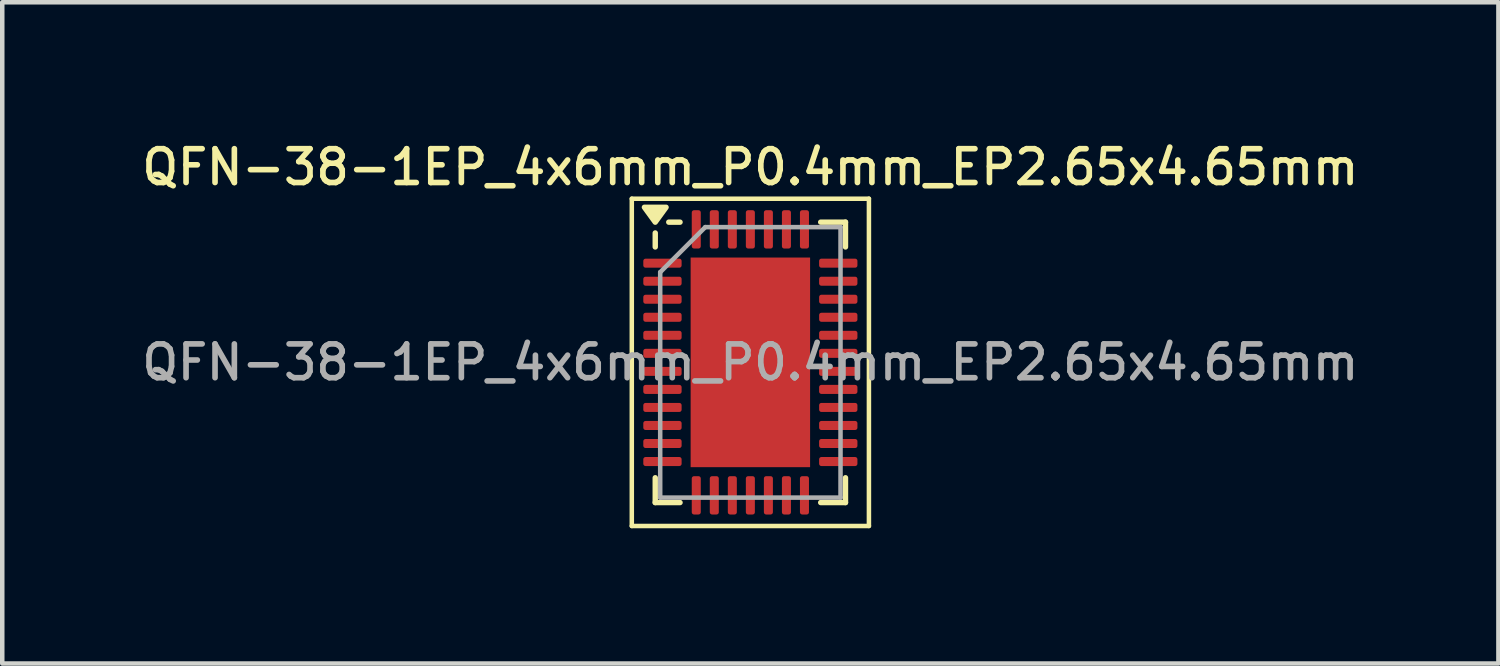
<source format=kicad_pcb>
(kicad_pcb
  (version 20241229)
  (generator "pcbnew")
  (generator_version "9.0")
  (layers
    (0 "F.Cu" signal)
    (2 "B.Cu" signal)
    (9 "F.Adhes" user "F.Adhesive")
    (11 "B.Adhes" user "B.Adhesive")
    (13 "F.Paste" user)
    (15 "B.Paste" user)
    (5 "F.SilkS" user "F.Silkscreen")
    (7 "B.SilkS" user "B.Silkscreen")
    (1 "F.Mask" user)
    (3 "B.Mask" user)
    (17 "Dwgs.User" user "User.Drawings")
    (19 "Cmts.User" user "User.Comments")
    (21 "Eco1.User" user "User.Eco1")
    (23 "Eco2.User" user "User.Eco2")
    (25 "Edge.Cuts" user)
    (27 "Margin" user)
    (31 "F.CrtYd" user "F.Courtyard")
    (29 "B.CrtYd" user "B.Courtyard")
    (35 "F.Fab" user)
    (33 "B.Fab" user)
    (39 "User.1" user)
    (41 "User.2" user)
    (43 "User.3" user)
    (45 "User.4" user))
  (footprint "QFN-38-1EP_4x6mm_P0.4mm_EP2.65x4.65mm"
    (layer "F.Cu")
    (at 13.595 4.988)
    (property "Reference" "QFN-38-1EP_4x6mm_P0.4mm_EP2.65x4.65mm" (at 0 -4.33 0) (layer "F.SilkS") (effects (font (size 0.75 0.75) (thickness 0.125))))
    (attr smd)
    (fp_line (start -2.63 -3.63) (end -2.63 3.63) (stroke (width 0.1) (type solid)) (layer "F.SilkS"))
    (fp_line (start -2.63 3.63) (end 2.63 3.63) (stroke (width 0.1) (type solid)) (layer "F.SilkS"))
    (fp_line (start -2.11 -2.56) (end -2.11 -2.87) (stroke (width 0.12) (type solid)) (layer "F.SilkS"))
    (fp_line (start -2.11 3.11) (end -2.11 2.56) (stroke (width 0.12) (type solid)) (layer "F.SilkS"))
    (fp_line (start -1.56 -3.11) (end -1.81 -3.11) (stroke (width 0.12) (type solid)) (layer "F.SilkS"))
    (fp_line (start -1.56 3.11) (end -2.11 3.11) (stroke (width 0.12) (type solid)) (layer "F.SilkS"))
    (fp_line (start 1.56 -3.11) (end 2.11 -3.11) (stroke (width 0.12) (type solid)) (layer "F.SilkS"))
    (fp_line (start 1.56 3.11) (end 2.11 3.11) (stroke (width 0.12) (type solid)) (layer "F.SilkS"))
    (fp_line (start 2.11 -3.11) (end 2.11 -2.56) (stroke (width 0.12) (type solid)) (layer "F.SilkS"))
    (fp_line (start 2.11 3.11) (end 2.11 2.56) (stroke (width 0.12) (type solid)) (layer "F.SilkS"))
    (fp_line (start 2.63 -3.63) (end -2.63 -3.63) (stroke (width 0.1) (type solid)) (layer "F.SilkS"))
    (fp_line (start 2.63 3.63) (end 2.63 -3.63) (stroke (width 0.1) (type solid)) (layer "F.SilkS"))
    (fp_poly (pts (xy -2.11 -3.11) (xy -2.35 -3.44) (xy -1.87 -3.44) (xy -2.11 -3.11)) (stroke (width 0.12) (type solid)) (fill yes) (layer "F.SilkS"))
    (fp_line (start -2 -2) (end -1 -3) (stroke (width 0.1) (type solid)) (layer "F.Fab"))
    (fp_line (start -2 3) (end -2 -2) (stroke (width 0.1) (type solid)) (layer "F.Fab"))
    (fp_line (start -1 -3) (end 2 -3) (stroke (width 0.1) (type solid)) (layer "F.Fab"))
    (fp_line (start 2 -3) (end 2 3) (stroke (width 0.1) (type solid)) (layer "F.Fab"))
    (fp_line (start 2 3) (end -2 3) (stroke (width 0.1) (type solid)) (layer "F.Fab"))
    (fp_text user "${REFERENCE}" (at 0 0 0) (layer "F.Fab") (effects (font (size 0.75 0.75) (thickness 0.125))))
    (pad "" smd roundrect (at -0.66 -1.74) (size 1.07 0.94) (layers "F.Paste") (roundrect_rratio 0.25))
    (pad "" smd roundrect (at -0.66 -0.58) (size 1.07 0.94) (layers "F.Paste") (roundrect_rratio 0.25))
    (pad "" smd roundrect (at -0.66 0.58) (size 1.07 0.94) (layers "F.Paste") (roundrect_rratio 0.25))
    (pad "" smd roundrect (at -0.66 1.74) (size 1.07 0.94) (layers "F.Paste") (roundrect_rratio 0.25))
    (pad "" smd roundrect (at 0.66 -1.74) (size 1.07 0.94) (layers "F.Paste") (roundrect_rratio 0.25))
    (pad "" smd roundrect (at 0.66 -0.58) (size 1.07 0.94) (layers "F.Paste") (roundrect_rratio 0.25))
    (pad "" smd roundrect (at 0.66 0.58) (size 1.07 0.94) (layers "F.Paste") (roundrect_rratio 0.25))
    (pad "" smd roundrect (at 0.66 1.74) (size 1.07 0.94) (layers "F.Paste") (roundrect_rratio 0.25))
    (pad "1" smd roundrect (at -1.95 -2.2) (size 0.85 0.2) (layers "F.Cu" "F.Mask" "F.Paste") (roundrect_rratio 0.25))
    (pad "2" smd roundrect (at -1.95 -1.8) (size 0.85 0.2) (layers "F.Cu" "F.Mask" "F.Paste") (roundrect_rratio 0.25))
    (pad "3" smd roundrect (at -1.95 -1.4) (size 0.85 0.2) (layers "F.Cu" "F.Mask" "F.Paste") (roundrect_rratio 0.25))
    (pad "4" smd roundrect (at -1.95 -1) (size 0.85 0.2) (layers "F.Cu" "F.Mask" "F.Paste") (roundrect_rratio 0.25))
    (pad "5" smd roundrect (at -1.95 -0.6) (size 0.85 0.2) (layers "F.Cu" "F.Mask" "F.Paste") (roundrect_rratio 0.25))
    (pad "6" smd roundrect (at -1.95 -0.2) (size 0.85 0.2) (layers "F.Cu" "F.Mask" "F.Paste") (roundrect_rratio 0.25))
    (pad "7" smd roundrect (at -1.95 0.2) (size 0.85 0.2) (layers "F.Cu" "F.Mask" "F.Paste") (roundrect_rratio 0.25))
    (pad "8" smd roundrect (at -1.95 0.6) (size 0.85 0.2) (layers "F.Cu" "F.Mask" "F.Paste") (roundrect_rratio 0.25))
    (pad "9" smd roundrect (at -1.95 1) (size 0.85 0.2) (layers "F.Cu" "F.Mask" "F.Paste") (roundrect_rratio 0.25))
    (pad "10" smd roundrect (at -1.95 1.4) (size 0.85 0.2) (layers "F.Cu" "F.Mask" "F.Paste") (roundrect_rratio 0.25))
    (pad "11" smd roundrect (at -1.95 1.8) (size 0.85 0.2) (layers "F.Cu" "F.Mask" "F.Paste") (roundrect_rratio 0.25))
    (pad "12" smd roundrect (at -1.95 2.2) (size 0.85 0.2) (layers "F.Cu" "F.Mask" "F.Paste") (roundrect_rratio 0.25))
    (pad "13" smd roundrect (at -1.2 2.95) (size 0.2 0.85) (layers "F.Cu" "F.Mask" "F.Paste") (roundrect_rratio 0.25))
    (pad "14" smd roundrect (at -0.8 2.95) (size 0.2 0.85) (layers "F.Cu" "F.Mask" "F.Paste") (roundrect_rratio 0.25))
    (pad "15" smd roundrect (at -0.4 2.95) (size 0.2 0.85) (layers "F.Cu" "F.Mask" "F.Paste") (roundrect_rratio 0.25))
    (pad "16" smd roundrect (at 0 2.95) (size 0.2 0.85) (layers "F.Cu" "F.Mask" "F.Paste") (roundrect_rratio 0.25))
    (pad "17" smd roundrect (at 0.4 2.95) (size 0.2 0.85) (layers "F.Cu" "F.Mask" "F.Paste") (roundrect_rratio 0.25))
    (pad "18" smd roundrect (at 0.8 2.95) (size 0.2 0.85) (layers "F.Cu" "F.Mask" "F.Paste") (roundrect_rratio 0.25))
    (pad "19" smd roundrect (at 1.2 2.95) (size 0.2 0.85) (layers "F.Cu" "F.Mask" "F.Paste") (roundrect_rratio 0.25))
    (pad "20" smd roundrect (at 1.95 2.2) (size 0.85 0.2) (layers "F.Cu" "F.Mask" "F.Paste") (roundrect_rratio 0.25))
    (pad "21" smd roundrect (at 1.95 1.8) (size 0.85 0.2) (layers "F.Cu" "F.Mask" "F.Paste") (roundrect_rratio 0.25))
    (pad "22" smd roundrect (at 1.95 1.4) (size 0.85 0.2) (layers "F.Cu" "F.Mask" "F.Paste") (roundrect_rratio 0.25))
    (pad "23" smd roundrect (at 1.95 1) (size 0.85 0.2) (layers "F.Cu" "F.Mask" "F.Paste") (roundrect_rratio 0.25))
    (pad "24" smd roundrect (at 1.95 0.6) (size 0.85 0.2) (layers "F.Cu" "F.Mask" "F.Paste") (roundrect_rratio 0.25))
    (pad "25" smd roundrect (at 1.95 0.2) (size 0.85 0.2) (layers "F.Cu" "F.Mask" "F.Paste") (roundrect_rratio 0.25))
    (pad "26" smd roundrect (at 1.95 -0.2) (size 0.85 0.2) (layers "F.Cu" "F.Mask" "F.Paste") (roundrect_rratio 0.25))
    (pad "27" smd roundrect (at 1.95 -0.6) (size 0.85 0.2) (layers "F.Cu" "F.Mask" "F.Paste") (roundrect_rratio 0.25))
    (pad "28" smd roundrect (at 1.95 -1) (size 0.85 0.2) (layers "F.Cu" "F.Mask" "F.Paste") (roundrect_rratio 0.25))
    (pad "29" smd roundrect (at 1.95 -1.4) (size 0.85 0.2) (layers "F.Cu" "F.Mask" "F.Paste") (roundrect_rratio 0.25))
    (pad "30" smd roundrect (at 1.95 -1.8) (size 0.85 0.2) (layers "F.Cu" "F.Mask" "F.Paste") (roundrect_rratio 0.25))
    (pad "31" smd roundrect (at 1.95 -2.2) (size 0.85 0.2) (layers "F.Cu" "F.Mask" "F.Paste") (roundrect_rratio 0.25))
    (pad "32" smd roundrect (at 1.2 -2.95) (size 0.2 0.85) (layers "F.Cu" "F.Mask" "F.Paste") (roundrect_rratio 0.25))
    (pad "33" smd roundrect (at 0.8 -2.95) (size 0.2 0.85) (layers "F.Cu" "F.Mask" "F.Paste") (roundrect_rratio 0.25))
    (pad "34" smd roundrect (at 0.4 -2.95) (size 0.2 0.85) (layers "F.Cu" "F.Mask" "F.Paste") (roundrect_rratio 0.25))
    (pad "35" smd roundrect (at 0 -2.95) (size 0.2 0.85) (layers "F.Cu" "F.Mask" "F.Paste") (roundrect_rratio 0.25))
    (pad "36" smd roundrect (at -0.4 -2.95) (size 0.2 0.85) (layers "F.Cu" "F.Mask" "F.Paste") (roundrect_rratio 0.25))
    (pad "37" smd roundrect (at -0.8 -2.95) (size 0.2 0.85) (layers "F.Cu" "F.Mask" "F.Paste") (roundrect_rratio 0.25))
    (pad "38" smd roundrect (at -1.2 -2.95) (size 0.2 0.85) (layers "F.Cu" "F.Mask" "F.Paste") (roundrect_rratio 0.25))
    (pad "39" smd rect (at 0 0) (size 2.65 4.65) (property pad_prop_heatsink) (layers "F.Cu" "F.Mask")))
  (gr_rect
    (start -3 -3)
    (end 30.189 11.668)
    (stroke (width 0.1) (type default))
    (fill no)
    (layer "Edge.Cuts")))
</source>
